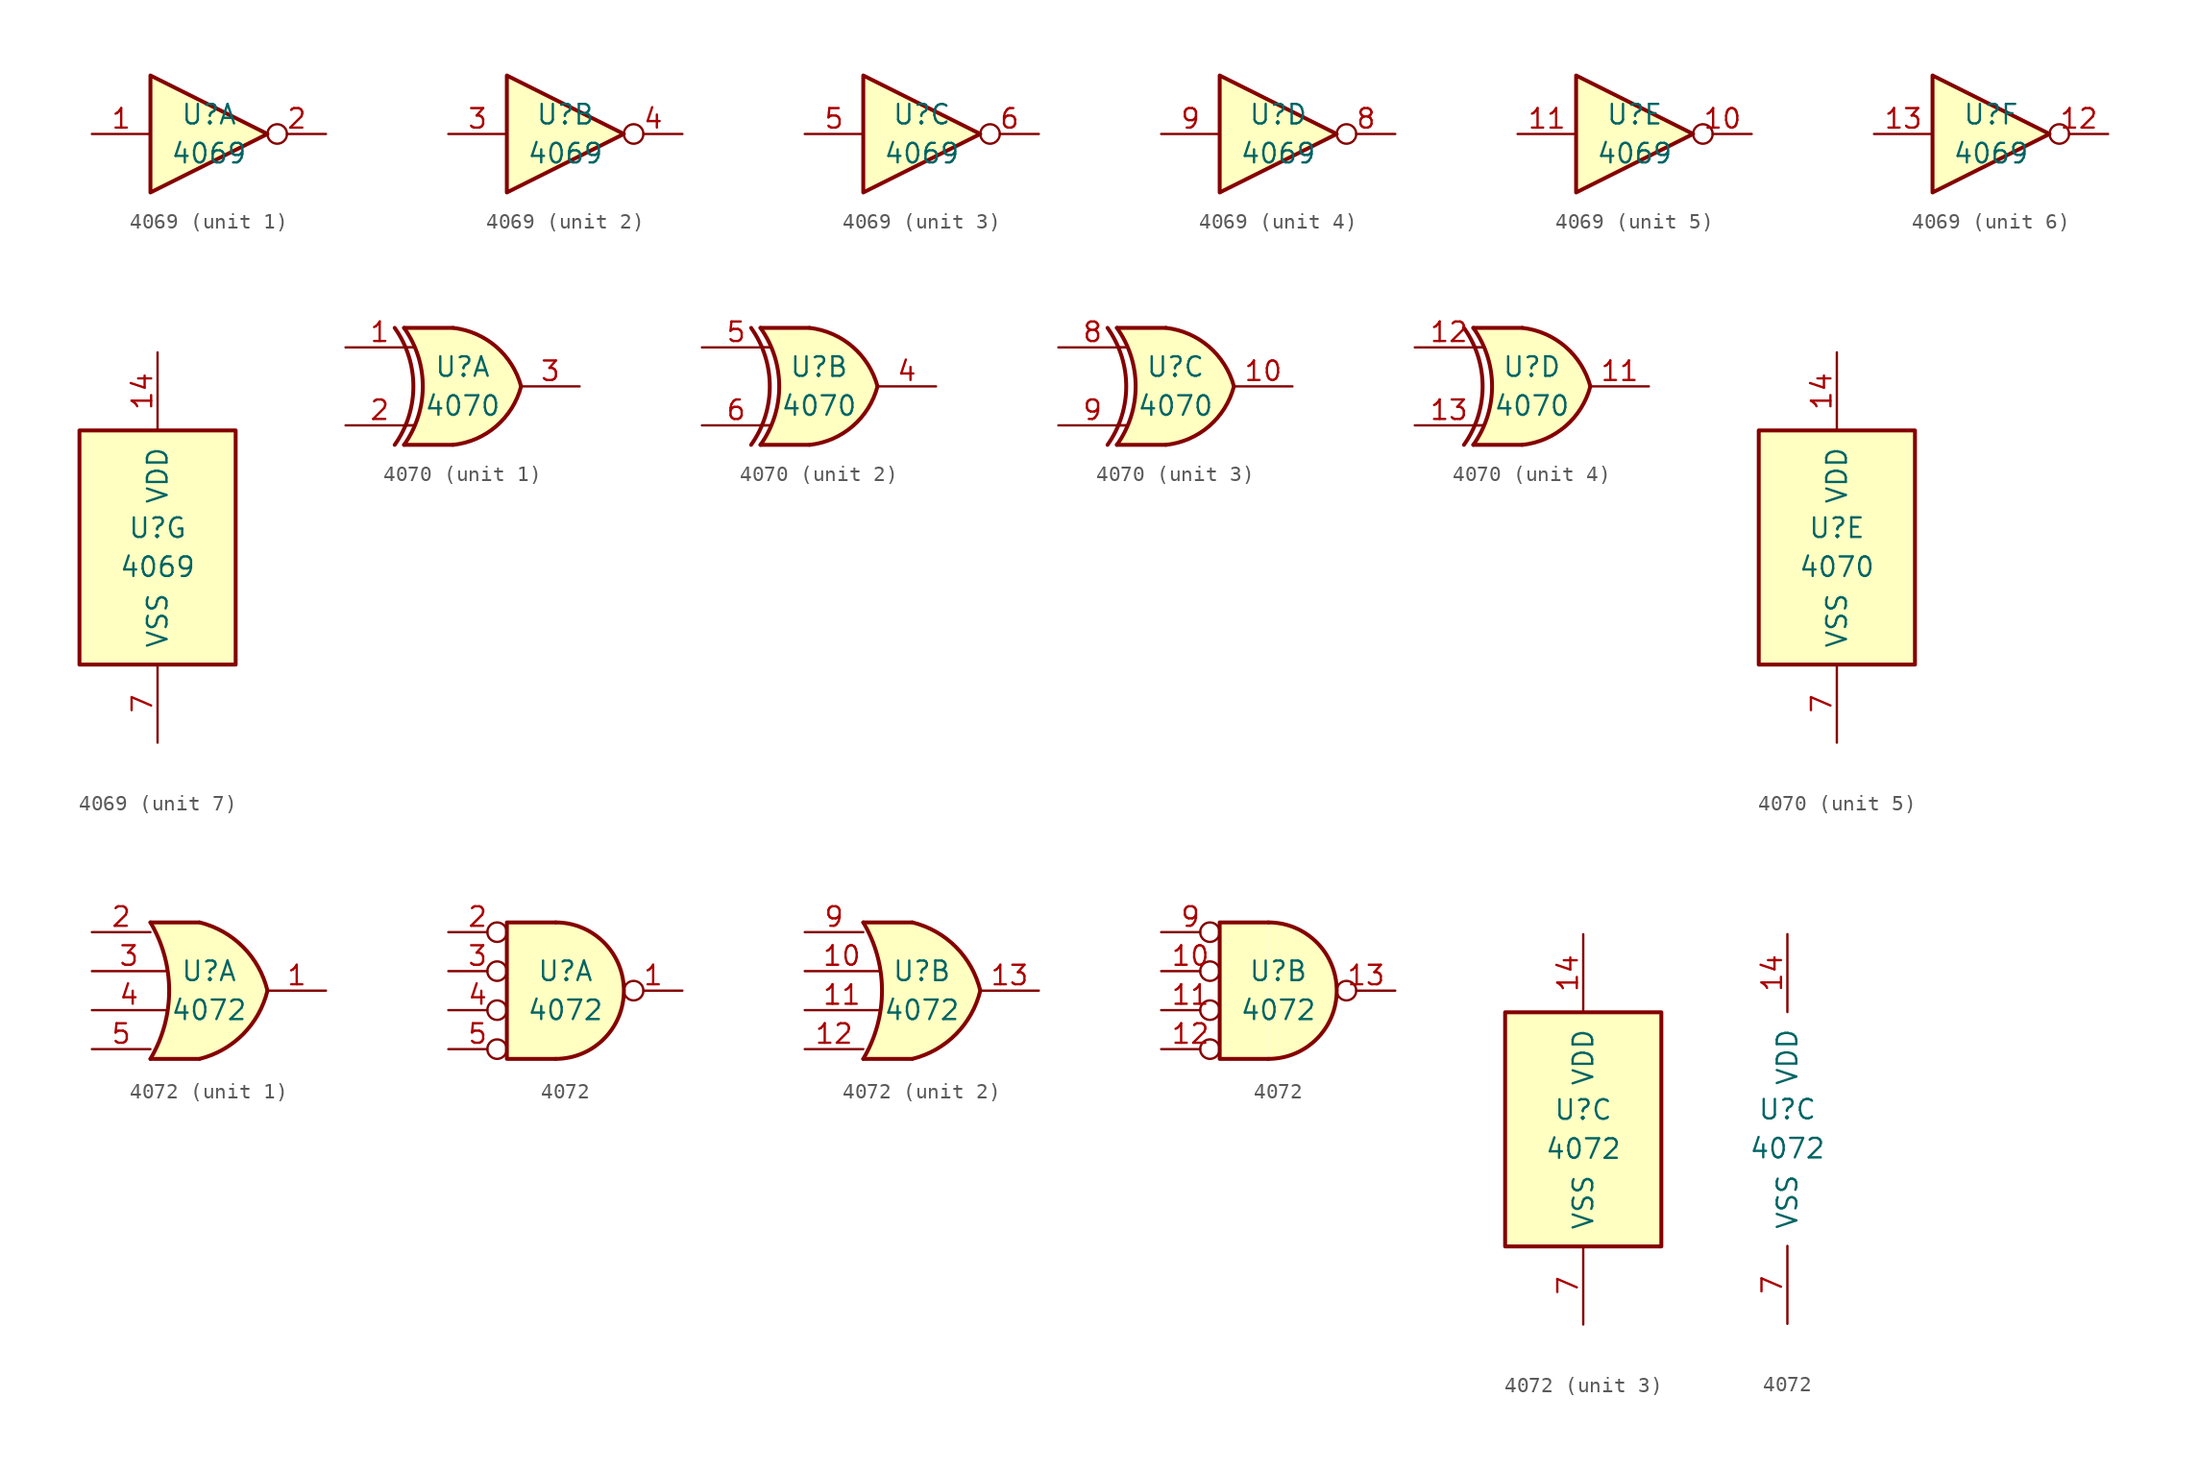
<source format=kicad_sym>
(kicad_symbol_lib
  (version 20201005)
  (generator kicad_symbol_editor)
  (symbol "4069"
    (pin_names
      (offset 1.016))
    (property "Reference" "U"
      (at 0 1.27 0)
      (effects (font (size 1.27 1.27))))
    (property "Value" "4069"
      (at 0 -1.27 0)
      (effects (font (size 1.27 1.27))))
    (property "ki_locked" ""
      (at 0 0 0)
      (effects (font (size 1.27 1.27))))
    (symbol "4069_1_0"
      (polyline (pts (xy -3.81 3.81) (xy -3.81 -3.81) (xy 3.81 0) (xy -3.81 3.81)) (stroke (width 0.254)) (fill (type background)))
      (pin input line (at -7.62 0 0) (length 3.81) (name "~" (effects (font (size 1.27 1.27)))) (number "1" (effects (font (size 1.27 1.27)))))
      (pin output inverted (at 7.62 0 180) (length 3.81) (name "~" (effects (font (size 1.27 1.27)))) (number "2" (effects (font (size 1.27 1.27))))))
    (symbol "4069_2_0"
      (polyline (pts (xy -3.81 3.81) (xy -3.81 -3.81) (xy 3.81 0) (xy -3.81 3.81)) (stroke (width 0.254)) (fill (type background)))
      (pin input line (at -7.62 0 0) (length 3.81) (name "~" (effects (font (size 1.27 1.27)))) (number "3" (effects (font (size 1.27 1.27)))))
      (pin output inverted (at 7.62 0 180) (length 3.81) (name "~" (effects (font (size 1.27 1.27)))) (number "4" (effects (font (size 1.27 1.27))))))
    (symbol "4069_3_0"
      (polyline (pts (xy -3.81 3.81) (xy -3.81 -3.81) (xy 3.81 0) (xy -3.81 3.81)) (stroke (width 0.254)) (fill (type background)))
      (pin input line (at -7.62 0 0) (length 3.81) (name "~" (effects (font (size 1.27 1.27)))) (number "5" (effects (font (size 1.27 1.27)))))
      (pin output inverted (at 7.62 0 180) (length 3.81) (name "~" (effects (font (size 1.27 1.27)))) (number "6" (effects (font (size 1.27 1.27))))))
    (symbol "4069_4_0"
      (polyline (pts (xy -3.81 3.81) (xy -3.81 -3.81) (xy 3.81 0) (xy -3.81 3.81)) (stroke (width 0.254)) (fill (type background)))
      (pin output inverted (at 7.62 0 180) (length 3.81) (name "~" (effects (font (size 1.27 1.27)))) (number "8" (effects (font (size 1.27 1.27)))))
      (pin input line (at -7.62 0 0) (length 3.81) (name "~" (effects (font (size 1.27 1.27)))) (number "9" (effects (font (size 1.27 1.27))))))
    (symbol "4069_5_0"
      (polyline (pts (xy -3.81 3.81) (xy -3.81 -3.81) (xy 3.81 0) (xy -3.81 3.81)) (stroke (width 0.254)) (fill (type background)))
      (pin output inverted (at 7.62 0 180) (length 3.81) (name "~" (effects (font (size 1.27 1.27)))) (number "10" (effects (font (size 1.27 1.27)))))
      (pin input line (at -7.62 0 0) (length 3.81) (name "~" (effects (font (size 1.27 1.27)))) (number "11" (effects (font (size 1.27 1.27))))))
    (symbol "4069_6_0"
      (polyline (pts (xy -3.81 3.81) (xy -3.81 -3.81) (xy 3.81 0) (xy -3.81 3.81)) (stroke (width 0.254)) (fill (type background)))
      (pin output inverted (at 7.62 0 180) (length 3.81) (name "~" (effects (font (size 1.27 1.27)))) (number "12" (effects (font (size 1.27 1.27)))))
      (pin input line (at -7.62 0 0) (length 3.81) (name "~" (effects (font (size 1.27 1.27)))) (number "13" (effects (font (size 1.27 1.27))))))
    (symbol "4069_7_0"
      (pin power_in line (at 0 12.7 270) (length 5.08) (name "VDD" (effects (font (size 1.27 1.27)))) (number "14" (effects (font (size 1.27 1.27)))))
      (pin power_in line (at 0 -12.7 90) (length 5.08) (name "VSS" (effects (font (size 1.27 1.27)))) (number "7" (effects (font (size 1.27 1.27))))))
    (symbol "4069_7_1"
      (rectangle (start -5.08 7.62) (end 5.08 -7.62) (stroke (width 0.254)) (fill (type background)))))
  (symbol "4070"
    (pin_names
      (offset 1.016))
    (property "Reference" "U"
      (at 0 1.27 0)
      (effects (font (size 1.27 1.27))))
    (property "Value" "4070"
      (at 0 -1.27 0)
      (effects (font (size 1.27 1.27))))
    (property "ki_locked" ""
      (at 0 0 0)
      (effects (font (size 1.27 1.27))))
    (symbol "4070_1_0"
      (arc (start -4.4196 3.81) (end -4.4196 -3.81) (radius (at -9.779 0) (length 6.5532) (angles 35.4 -35.4)) (stroke (width 0.254)) (fill (type none)))
      (arc (start -3.81 3.81) (end -3.81 -3.81) (radius (at -9.144 0) (length 6.5532) (angles 35.4 -35.4)) (stroke (width 0.254)) (fill (type none)))
      (arc (start 3.81 0) (end -0.6096 3.81) (radius (at -1.1938 -1.3208) (length 5.1816) (angles 15 83.7)) (stroke (width 0.254)) (fill (type background)))
      (arc (start 3.81 0) (end -0.6096 -3.81) (radius (at -1.1938 1.3208) (length 5.1816) (angles -15 -83.7)) (stroke (width 0.254)) (fill (type background)))
      (polyline (pts (xy -3.81 -3.81) (xy -0.635 -3.81)) (stroke (width 0.254)) (fill (type background)))
      (polyline (pts (xy -3.81 3.81) (xy -0.635 3.81)) (stroke (width 0.254)) (fill (type background)))
      (polyline (pts (xy -0.635 3.81) (xy -3.81 3.81) (xy -3.81 3.81) (xy -3.556 3.404) (xy -3.023 2.261) (xy -2.692 1.041) (xy -2.616 -0.254) (xy -2.769 -1.499) (xy -3.175 -2.718) (xy -3.81 -3.81) (xy -3.81 -3.81) (xy -0.635 -3.81)) (stroke (width -25.4)) (fill (type background)))
      (pin input line (at -7.62 2.54 0) (length 4.445) (name "~" (effects (font (size 1.27 1.27)))) (number "1" (effects (font (size 1.27 1.27)))))
      (pin input line (at -7.62 -2.54 0) (length 4.445) (name "~" (effects (font (size 1.27 1.27)))) (number "2" (effects (font (size 1.27 1.27)))))
      (pin output line (at 7.62 0 180) (length 3.81) (name "~" (effects (font (size 1.27 1.27)))) (number "3" (effects (font (size 1.27 1.27))))))
    (symbol "4070_1_1"
      (polyline (pts (xy -3.81 -2.54) (xy -3.175 -2.54)) (stroke (width 0.152)) (fill (type none)))
      (polyline (pts (xy -3.81 2.54) (xy -3.175 2.54)) (stroke (width 0.152)) (fill (type none))))
    (symbol "4070_2_0"
      (arc (start -4.4196 3.81) (end -4.4196 -3.81) (radius (at -9.779 0) (length 6.5532) (angles 35.4 -35.4)) (stroke (width 0.254)) (fill (type none)))
      (arc (start -3.81 3.81) (end -3.81 -3.81) (radius (at -9.144 0) (length 6.5532) (angles 35.4 -35.4)) (stroke (width 0.254)) (fill (type none)))
      (arc (start 3.81 0) (end -0.6096 3.81) (radius (at -1.1938 -1.3208) (length 5.1816) (angles 15 83.7)) (stroke (width 0.254)) (fill (type background)))
      (arc (start 3.81 0) (end -0.6096 -3.81) (radius (at -1.1938 1.3208) (length 5.1816) (angles -15 -83.7)) (stroke (width 0.254)) (fill (type background)))
      (polyline (pts (xy -3.81 -3.81) (xy -0.635 -3.81)) (stroke (width 0.254)) (fill (type background)))
      (polyline (pts (xy -3.81 3.81) (xy -0.635 3.81)) (stroke (width 0.254)) (fill (type background)))
      (polyline (pts (xy -0.635 3.81) (xy -3.81 3.81) (xy -3.81 3.81) (xy -3.556 3.404) (xy -3.023 2.261) (xy -2.692 1.041) (xy -2.616 -0.254) (xy -2.769 -1.499) (xy -3.175 -2.718) (xy -3.81 -3.81) (xy -3.81 -3.81) (xy -0.635 -3.81)) (stroke (width -25.4)) (fill (type background)))
      (pin output line (at 7.62 0 180) (length 3.81) (name "~" (effects (font (size 1.27 1.27)))) (number "4" (effects (font (size 1.27 1.27)))))
      (pin input line (at -7.62 2.54 0) (length 4.445) (name "~" (effects (font (size 1.27 1.27)))) (number "5" (effects (font (size 1.27 1.27)))))
      (pin input line (at -7.62 -2.54 0) (length 4.445) (name "~" (effects (font (size 1.27 1.27)))) (number "6" (effects (font (size 1.27 1.27))))))
    (symbol "4070_2_1"
      (polyline (pts (xy -3.81 -2.54) (xy -3.175 -2.54)) (stroke (width 0.152)) (fill (type none)))
      (polyline (pts (xy -3.81 2.54) (xy -3.175 2.54)) (stroke (width 0.152)) (fill (type none))))
    (symbol "4070_3_0"
      (arc (start -4.4196 3.81) (end -4.4196 -3.81) (radius (at -9.779 0) (length 6.5532) (angles 35.4 -35.4)) (stroke (width 0.254)) (fill (type none)))
      (arc (start -3.81 3.81) (end -3.81 -3.81) (radius (at -9.144 0) (length 6.5532) (angles 35.4 -35.4)) (stroke (width 0.254)) (fill (type none)))
      (arc (start 3.81 0) (end -0.6096 3.81) (radius (at -1.1938 -1.3208) (length 5.1816) (angles 15 83.7)) (stroke (width 0.254)) (fill (type background)))
      (arc (start 3.81 0) (end -0.6096 -3.81) (radius (at -1.1938 1.3208) (length 5.1816) (angles -15 -83.7)) (stroke (width 0.254)) (fill (type background)))
      (polyline (pts (xy -3.81 -3.81) (xy -0.635 -3.81)) (stroke (width 0.254)) (fill (type background)))
      (polyline (pts (xy -3.81 3.81) (xy -0.635 3.81)) (stroke (width 0.254)) (fill (type background)))
      (polyline (pts (xy -0.635 3.81) (xy -3.81 3.81) (xy -3.81 3.81) (xy -3.556 3.404) (xy -3.023 2.261) (xy -2.692 1.041) (xy -2.616 -0.254) (xy -2.769 -1.499) (xy -3.175 -2.718) (xy -3.81 -3.81) (xy -3.81 -3.81) (xy -0.635 -3.81)) (stroke (width -25.4)) (fill (type background)))
      (pin output line (at 7.62 0 180) (length 3.81) (name "~" (effects (font (size 1.27 1.27)))) (number "10" (effects (font (size 1.27 1.27)))))
      (pin input line (at -7.62 2.54 0) (length 4.445) (name "~" (effects (font (size 1.27 1.27)))) (number "8" (effects (font (size 1.27 1.27)))))
      (pin input line (at -7.62 -2.54 0) (length 4.445) (name "~" (effects (font (size 1.27 1.27)))) (number "9" (effects (font (size 1.27 1.27))))))
    (symbol "4070_3_1"
      (polyline (pts (xy -3.81 -2.54) (xy -3.175 -2.54)) (stroke (width 0.152)) (fill (type none)))
      (polyline (pts (xy -3.81 2.54) (xy -3.175 2.54)) (stroke (width 0.152)) (fill (type none))))
    (symbol "4070_4_0"
      (arc (start -4.4196 3.81) (end -4.4196 -3.81) (radius (at -9.779 0) (length 6.5532) (angles 35.4 -35.4)) (stroke (width 0.254)) (fill (type none)))
      (arc (start -3.81 3.81) (end -3.81 -3.81) (radius (at -9.144 0) (length 6.5532) (angles 35.4 -35.4)) (stroke (width 0.254)) (fill (type none)))
      (arc (start 3.81 0) (end -0.6096 3.81) (radius (at -1.1938 -1.3208) (length 5.1816) (angles 15 83.7)) (stroke (width 0.254)) (fill (type background)))
      (arc (start 3.81 0) (end -0.6096 -3.81) (radius (at -1.1938 1.3208) (length 5.1816) (angles -15 -83.7)) (stroke (width 0.254)) (fill (type background)))
      (polyline (pts (xy -3.81 -3.81) (xy -0.635 -3.81)) (stroke (width 0.254)) (fill (type background)))
      (polyline (pts (xy -3.81 3.81) (xy -0.635 3.81)) (stroke (width 0.254)) (fill (type background)))
      (polyline (pts (xy -0.635 3.81) (xy -3.81 3.81) (xy -3.81 3.81) (xy -3.556 3.404) (xy -3.023 2.261) (xy -2.692 1.041) (xy -2.616 -0.254) (xy -2.769 -1.499) (xy -3.175 -2.718) (xy -3.81 -3.81) (xy -3.81 -3.81) (xy -0.635 -3.81)) (stroke (width -25.4)) (fill (type background)))
      (pin output line (at 7.62 0 180) (length 3.81) (name "~" (effects (font (size 1.27 1.27)))) (number "11" (effects (font (size 1.27 1.27)))))
      (pin input line (at -7.62 2.54 0) (length 4.445) (name "~" (effects (font (size 1.27 1.27)))) (number "12" (effects (font (size 1.27 1.27)))))
      (pin input line (at -7.62 -2.54 0) (length 4.445) (name "~" (effects (font (size 1.27 1.27)))) (number "13" (effects (font (size 1.27 1.27))))))
    (symbol "4070_4_1"
      (polyline (pts (xy -3.81 -2.54) (xy -3.175 -2.54)) (stroke (width 0.152)) (fill (type none)))
      (polyline (pts (xy -3.81 2.54) (xy -3.175 2.54)) (stroke (width 0.152)) (fill (type none))))
    (symbol "4070_5_0"
      (pin power_in line (at 0 12.7 270) (length 5.08) (name "VDD" (effects (font (size 1.27 1.27)))) (number "14" (effects (font (size 1.27 1.27)))))
      (pin power_in line (at 0 -12.7 90) (length 5.08) (name "VSS" (effects (font (size 1.27 1.27)))) (number "7" (effects (font (size 1.27 1.27))))))
    (symbol "4070_5_1"
      (rectangle (start -5.08 7.62) (end 5.08 -7.62) (stroke (width 0.254)) (fill (type background)))))
  (symbol "4072"
    (pin_names
      (offset 1.016))
    (property "Reference" "U"
      (at 0 1.27 0)
      (effects (font (size 1.27 1.27))))
    (property "Value" "4072"
      (at 0 -1.27 0)
      (effects (font (size 1.27 1.27))))
    (property "ki_locked" ""
      (at 0 0 0)
      (effects (font (size 1.27 1.27))))
    (symbol "4072_1_1"
      (arc (start -3.81 4.445) (end -3.81 -4.445) (radius (at -11.303 0) (length 8.7122) (angles 30.6 -30.6)) (stroke (width 0.254)) (fill (type none)))
      (arc (start 3.81 0) (end -0.6096 4.445) (radius (at -2.0574 -1.4224) (length 6.0452) (angles 13.7 76.8)) (stroke (width 0.254)) (fill (type background)))
      (arc (start 3.81 0) (end -0.6096 -4.445) (radius (at -2.0574 1.4224) (length 6.0452) (angles -13.7 -76.8)) (stroke (width 0.254)) (fill (type background)))
      (polyline (pts (xy -3.81 -4.445) (xy -0.635 -4.445)) (stroke (width 0.254)) (fill (type background)))
      (polyline (pts (xy -3.81 4.445) (xy -0.635 4.445)) (stroke (width 0.254)) (fill (type background)))
      (polyline (pts (xy -0.635 4.445) (xy -3.81 4.445) (xy -3.81 4.445) (xy -3.632 4.089) (xy -3.099 2.921) (xy -2.769 1.676) (xy -2.616 0.432) (xy -2.642 -0.864) (xy -2.87 -2.108) (xy -3.251 -3.327) (xy -3.81 -4.445) (xy -3.81 -4.445) (xy -0.635 -4.445)) (stroke (width -25.4)) (fill (type background)))
      (pin output line (at 7.62 0 180) (length 3.81) (name "~" (effects (font (size 1.27 1.27)))) (number "1" (effects (font (size 1.27 1.27)))))
      (pin input line (at -7.62 3.81 0) (length 3.81) (name "~" (effects (font (size 1.27 1.27)))) (number "2" (effects (font (size 1.27 1.27)))))
      (pin input line (at -7.62 1.27 0) (length 4.826) (name "~" (effects (font (size 1.27 1.27)))) (number "3" (effects (font (size 1.27 1.27)))))
      (pin input line (at -7.62 -1.27 0) (length 4.826) (name "~" (effects (font (size 1.27 1.27)))) (number "4" (effects (font (size 1.27 1.27)))))
      (pin input line (at -7.62 -3.81 0) (length 3.81) (name "~" (effects (font (size 1.27 1.27)))) (number "5" (effects (font (size 1.27 1.27))))))
    (symbol "4072_1_2"
      (arc (start -0.635 -4.445) (end -0.635 4.445) (radius (at -0.635 0) (length 4.445) (angles -89.9 89.9)) (stroke (width 0.254)) (fill (type background)))
      (polyline (pts (xy -0.635 4.445) (xy -3.81 4.445) (xy -3.81 -4.445) (xy -0.635 -4.445)) (stroke (width 0.254)) (fill (type background)))
      (pin output inverted (at 7.62 0 180) (length 3.81) (name "~" (effects (font (size 1.27 1.27)))) (number "1" (effects (font (size 1.27 1.27)))))
      (pin input inverted (at -7.62 3.81 0) (length 3.81) (name "~" (effects (font (size 1.27 1.27)))) (number "2" (effects (font (size 1.27 1.27)))))
      (pin input inverted (at -7.62 1.27 0) (length 3.81) (name "~" (effects (font (size 1.27 1.27)))) (number "3" (effects (font (size 1.27 1.27)))))
      (pin input inverted (at -7.62 -1.27 0) (length 3.81) (name "~" (effects (font (size 1.27 1.27)))) (number "4" (effects (font (size 1.27 1.27)))))
      (pin input inverted (at -7.62 -3.81 0) (length 3.81) (name "~" (effects (font (size 1.27 1.27)))) (number "5" (effects (font (size 1.27 1.27))))))
    (symbol "4072_2_1"
      (arc (start -3.81 4.445) (end -3.81 -4.445) (radius (at -11.303 0) (length 8.7122) (angles 30.6 -30.6)) (stroke (width 0.254)) (fill (type none)))
      (arc (start 3.81 0) (end -0.6096 4.445) (radius (at -2.0574 -1.4224) (length 6.0452) (angles 13.7 76.8)) (stroke (width 0.254)) (fill (type background)))
      (arc (start 3.81 0) (end -0.6096 -4.445) (radius (at -2.0574 1.4224) (length 6.0452) (angles -13.7 -76.8)) (stroke (width 0.254)) (fill (type background)))
      (polyline (pts (xy -3.81 -4.445) (xy -0.635 -4.445)) (stroke (width 0.254)) (fill (type background)))
      (polyline (pts (xy -3.81 4.445) (xy -0.635 4.445)) (stroke (width 0.254)) (fill (type background)))
      (polyline (pts (xy -0.635 4.445) (xy -3.81 4.445) (xy -3.81 4.445) (xy -3.632 4.089) (xy -3.099 2.921) (xy -2.769 1.676) (xy -2.616 0.432) (xy -2.642 -0.864) (xy -2.87 -2.108) (xy -3.251 -3.327) (xy -3.81 -4.445) (xy -3.81 -4.445) (xy -0.635 -4.445)) (stroke (width -25.4)) (fill (type background)))
      (pin input line (at -7.62 1.27 0) (length 4.826) (name "~" (effects (font (size 1.27 1.27)))) (number "10" (effects (font (size 1.27 1.27)))))
      (pin input line (at -7.62 -1.27 0) (length 4.826) (name "~" (effects (font (size 1.27 1.27)))) (number "11" (effects (font (size 1.27 1.27)))))
      (pin input line (at -7.62 -3.81 0) (length 3.81) (name "~" (effects (font (size 1.27 1.27)))) (number "12" (effects (font (size 1.27 1.27)))))
      (pin output line (at 7.62 0 180) (length 3.81) (name "~" (effects (font (size 1.27 1.27)))) (number "13" (effects (font (size 1.27 1.27)))))
      (pin input line (at -7.62 3.81 0) (length 3.81) (name "~" (effects (font (size 1.27 1.27)))) (number "9" (effects (font (size 1.27 1.27))))))
    (symbol "4072_2_2"
      (arc (start -0.635 -4.445) (end -0.635 4.445) (radius (at -0.635 0) (length 4.445) (angles -89.9 89.9)) (stroke (width 0.254)) (fill (type background)))
      (polyline (pts (xy -0.635 4.445) (xy -3.81 4.445) (xy -3.81 -4.445) (xy -0.635 -4.445)) (stroke (width 0.254)) (fill (type background)))
      (pin input inverted (at -7.62 1.27 0) (length 3.81) (name "~" (effects (font (size 1.27 1.27)))) (number "10" (effects (font (size 1.27 1.27)))))
      (pin input inverted (at -7.62 -1.27 0) (length 3.81) (name "~" (effects (font (size 1.27 1.27)))) (number "11" (effects (font (size 1.27 1.27)))))
      (pin input inverted (at -7.62 -3.81 0) (length 3.81) (name "~" (effects (font (size 1.27 1.27)))) (number "12" (effects (font (size 1.27 1.27)))))
      (pin output inverted (at 7.62 0 180) (length 3.81) (name "~" (effects (font (size 1.27 1.27)))) (number "13" (effects (font (size 1.27 1.27)))))
      (pin input inverted (at -7.62 3.81 0) (length 3.81) (name "~" (effects (font (size 1.27 1.27)))) (number "9" (effects (font (size 1.27 1.27))))))
    (symbol "4072_3_0"
      (pin power_in line (at 0 12.7 270) (length 5.08) (name "VDD" (effects (font (size 1.27 1.27)))) (number "14" (effects (font (size 1.27 1.27)))))
      (pin power_in line (at 0 -12.7 90) (length 5.08) (name "VSS" (effects (font (size 1.27 1.27)))) (number "7" (effects (font (size 1.27 1.27))))))
    (symbol "4072_3_1"
      (rectangle (start -5.08 7.62) (end 5.08 -7.62) (stroke (width 0.254)) (fill (type background))))))
</source>
